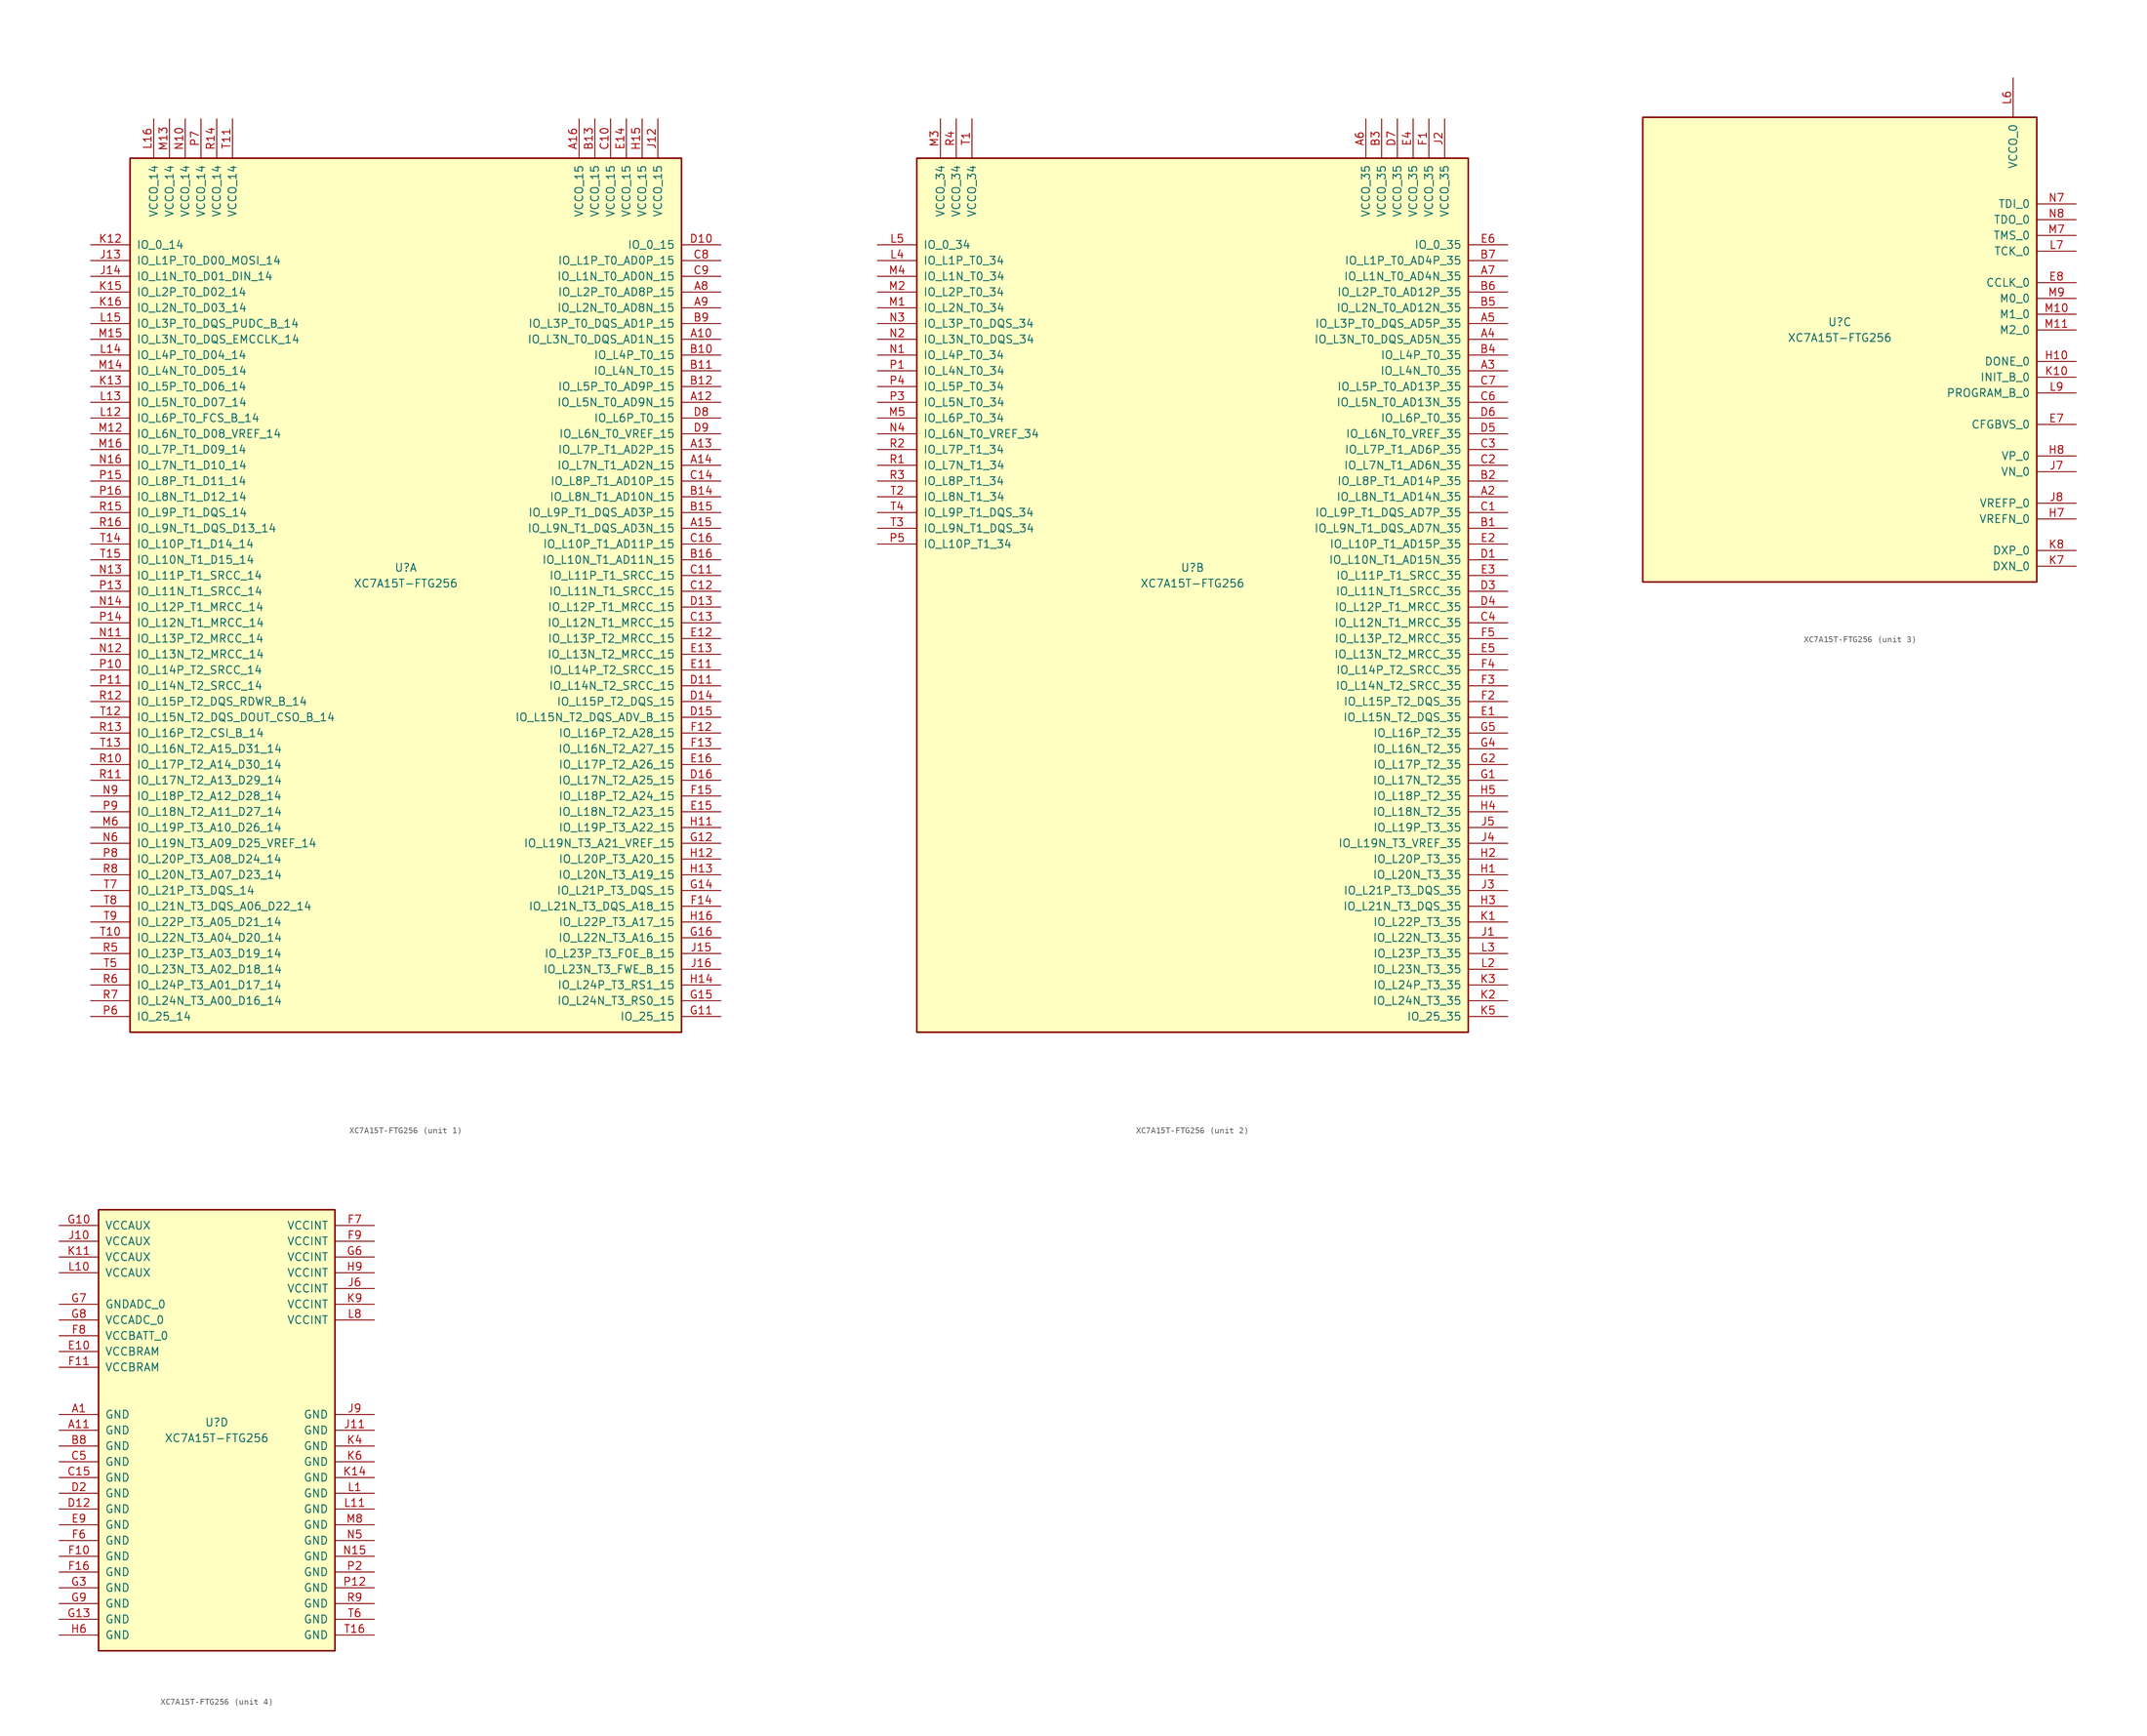
<source format=kicad_sym>
(kicad_symbol_lib
  (version 20231120)
  (generator "kicad_symbol_editor")
  (generator_version "8.0")
  (symbol "XC7A15T-FTG256"
    (pin_names
      (offset 1.016))
    (property "Reference" "U"
      (at 0 1.27 0)
      (effects (font (size 1.27 1.27))))
    (property "Value" "XC7A15T-FTG256"
      (at 0 -1.27 0)
      (effects (font (size 1.27 1.27))))
    (property "Datasheet" ""
      (at 0 0 0)
      (effects (font (size 1.27 1.27))))
    (property "ki_locked" ""
      (at 0 0 0)
      (effects (font (size 1.27 1.27))))
    (symbol "XC7A15T-FTG256_1_1"
      (rectangle (start -44.45 67.31) (end 44.45 -73.66) (stroke (width 0.254) (type solid)) (fill (type background)))
      (pin bidirectional line (at 50.8 38.1 180) (length 6.35) (name "IO_L3N_T0_DQS_AD1N_15" (effects (font (size 1.27 1.27)))) (number "A10" (effects (font (size 1.27 1.27)))))
      (pin bidirectional line (at 50.8 27.94 180) (length 6.35) (name "IO_L5N_T0_AD9N_15" (effects (font (size 1.27 1.27)))) (number "A12" (effects (font (size 1.27 1.27)))))
      (pin bidirectional line (at 50.8 20.32 180) (length 6.35) (name "IO_L7P_T1_AD2P_15" (effects (font (size 1.27 1.27)))) (number "A13" (effects (font (size 1.27 1.27)))))
      (pin bidirectional line (at 50.8 17.78 180) (length 6.35) (name "IO_L7N_T1_AD2N_15" (effects (font (size 1.27 1.27)))) (number "A14" (effects (font (size 1.27 1.27)))))
      (pin bidirectional line (at 50.8 7.62 180) (length 6.35) (name "IO_L9N_T1_DQS_AD3N_15" (effects (font (size 1.27 1.27)))) (number "A15" (effects (font (size 1.27 1.27)))))
      (pin power_in line (at 27.94 73.66 270) (length 6.35) (name "VCCO_15" (effects (font (size 1.27 1.27)))) (number "A16" (effects (font (size 1.27 1.27)))))
      (pin bidirectional line (at 50.8 45.72 180) (length 6.35) (name "IO_L2P_T0_AD8P_15" (effects (font (size 1.27 1.27)))) (number "A8" (effects (font (size 1.27 1.27)))))
      (pin bidirectional line (at 50.8 43.18 180) (length 6.35) (name "IO_L2N_T0_AD8N_15" (effects (font (size 1.27 1.27)))) (number "A9" (effects (font (size 1.27 1.27)))))
      (pin bidirectional line (at 50.8 35.56 180) (length 6.35) (name "IO_L4P_T0_15" (effects (font (size 1.27 1.27)))) (number "B10" (effects (font (size 1.27 1.27)))))
      (pin bidirectional line (at 50.8 33.02 180) (length 6.35) (name "IO_L4N_T0_15" (effects (font (size 1.27 1.27)))) (number "B11" (effects (font (size 1.27 1.27)))))
      (pin bidirectional line (at 50.8 30.48 180) (length 6.35) (name "IO_L5P_T0_AD9P_15" (effects (font (size 1.27 1.27)))) (number "B12" (effects (font (size 1.27 1.27)))))
      (pin power_in line (at 30.48 73.66 270) (length 6.35) (name "VCCO_15" (effects (font (size 1.27 1.27)))) (number "B13" (effects (font (size 1.27 1.27)))))
      (pin bidirectional line (at 50.8 12.7 180) (length 6.35) (name "IO_L8N_T1_AD10N_15" (effects (font (size 1.27 1.27)))) (number "B14" (effects (font (size 1.27 1.27)))))
      (pin bidirectional line (at 50.8 10.16 180) (length 6.35) (name "IO_L9P_T1_DQS_AD3P_15" (effects (font (size 1.27 1.27)))) (number "B15" (effects (font (size 1.27 1.27)))))
      (pin bidirectional line (at 50.8 2.54 180) (length 6.35) (name "IO_L10N_T1_AD11N_15" (effects (font (size 1.27 1.27)))) (number "B16" (effects (font (size 1.27 1.27)))))
      (pin bidirectional line (at 50.8 40.64 180) (length 6.35) (name "IO_L3P_T0_DQS_AD1P_15" (effects (font (size 1.27 1.27)))) (number "B9" (effects (font (size 1.27 1.27)))))
      (pin power_in line (at 33.02 73.66 270) (length 6.35) (name "VCCO_15" (effects (font (size 1.27 1.27)))) (number "C10" (effects (font (size 1.27 1.27)))))
      (pin bidirectional line (at 50.8 0 180) (length 6.35) (name "IO_L11P_T1_SRCC_15" (effects (font (size 1.27 1.27)))) (number "C11" (effects (font (size 1.27 1.27)))))
      (pin bidirectional line (at 50.8 -2.54 180) (length 6.35) (name "IO_L11N_T1_SRCC_15" (effects (font (size 1.27 1.27)))) (number "C12" (effects (font (size 1.27 1.27)))))
      (pin bidirectional line (at 50.8 -7.62 180) (length 6.35) (name "IO_L12N_T1_MRCC_15" (effects (font (size 1.27 1.27)))) (number "C13" (effects (font (size 1.27 1.27)))))
      (pin bidirectional line (at 50.8 15.24 180) (length 6.35) (name "IO_L8P_T1_AD10P_15" (effects (font (size 1.27 1.27)))) (number "C14" (effects (font (size 1.27 1.27)))))
      (pin bidirectional line (at 50.8 5.08 180) (length 6.35) (name "IO_L10P_T1_AD11P_15" (effects (font (size 1.27 1.27)))) (number "C16" (effects (font (size 1.27 1.27)))))
      (pin bidirectional line (at 50.8 50.8 180) (length 6.35) (name "IO_L1P_T0_AD0P_15" (effects (font (size 1.27 1.27)))) (number "C8" (effects (font (size 1.27 1.27)))))
      (pin bidirectional line (at 50.8 48.26 180) (length 6.35) (name "IO_L1N_T0_AD0N_15" (effects (font (size 1.27 1.27)))) (number "C9" (effects (font (size 1.27 1.27)))))
      (pin bidirectional line (at 50.8 53.34 180) (length 6.35) (name "IO_0_15" (effects (font (size 1.27 1.27)))) (number "D10" (effects (font (size 1.27 1.27)))))
      (pin bidirectional line (at 50.8 -17.78 180) (length 6.35) (name "IO_L14N_T2_SRCC_15" (effects (font (size 1.27 1.27)))) (number "D11" (effects (font (size 1.27 1.27)))))
      (pin bidirectional line (at 50.8 -5.08 180) (length 6.35) (name "IO_L12P_T1_MRCC_15" (effects (font (size 1.27 1.27)))) (number "D13" (effects (font (size 1.27 1.27)))))
      (pin bidirectional line (at 50.8 -20.32 180) (length 6.35) (name "IO_L15P_T2_DQS_15" (effects (font (size 1.27 1.27)))) (number "D14" (effects (font (size 1.27 1.27)))))
      (pin bidirectional line (at 50.8 -22.86 180) (length 6.35) (name "IO_L15N_T2_DQS_ADV_B_15" (effects (font (size 1.27 1.27)))) (number "D15" (effects (font (size 1.27 1.27)))))
      (pin bidirectional line (at 50.8 -33.02 180) (length 6.35) (name "IO_L17N_T2_A25_15" (effects (font (size 1.27 1.27)))) (number "D16" (effects (font (size 1.27 1.27)))))
      (pin bidirectional line (at 50.8 25.4 180) (length 6.35) (name "IO_L6P_T0_15" (effects (font (size 1.27 1.27)))) (number "D8" (effects (font (size 1.27 1.27)))))
      (pin bidirectional line (at 50.8 22.86 180) (length 6.35) (name "IO_L6N_T0_VREF_15" (effects (font (size 1.27 1.27)))) (number "D9" (effects (font (size 1.27 1.27)))))
      (pin bidirectional line (at 50.8 -15.24 180) (length 6.35) (name "IO_L14P_T2_SRCC_15" (effects (font (size 1.27 1.27)))) (number "E11" (effects (font (size 1.27 1.27)))))
      (pin bidirectional line (at 50.8 -10.16 180) (length 6.35) (name "IO_L13P_T2_MRCC_15" (effects (font (size 1.27 1.27)))) (number "E12" (effects (font (size 1.27 1.27)))))
      (pin bidirectional line (at 50.8 -12.7 180) (length 6.35) (name "IO_L13N_T2_MRCC_15" (effects (font (size 1.27 1.27)))) (number "E13" (effects (font (size 1.27 1.27)))))
      (pin power_in line (at 35.56 73.66 270) (length 6.35) (name "VCCO_15" (effects (font (size 1.27 1.27)))) (number "E14" (effects (font (size 1.27 1.27)))))
      (pin bidirectional line (at 50.8 -38.1 180) (length 6.35) (name "IO_L18N_T2_A23_15" (effects (font (size 1.27 1.27)))) (number "E15" (effects (font (size 1.27 1.27)))))
      (pin bidirectional line (at 50.8 -30.48 180) (length 6.35) (name "IO_L17P_T2_A26_15" (effects (font (size 1.27 1.27)))) (number "E16" (effects (font (size 1.27 1.27)))))
      (pin bidirectional line (at 50.8 -25.4 180) (length 6.35) (name "IO_L16P_T2_A28_15" (effects (font (size 1.27 1.27)))) (number "F12" (effects (font (size 1.27 1.27)))))
      (pin bidirectional line (at 50.8 -27.94 180) (length 6.35) (name "IO_L16N_T2_A27_15" (effects (font (size 1.27 1.27)))) (number "F13" (effects (font (size 1.27 1.27)))))
      (pin bidirectional line (at 50.8 -53.34 180) (length 6.35) (name "IO_L21N_T3_DQS_A18_15" (effects (font (size 1.27 1.27)))) (number "F14" (effects (font (size 1.27 1.27)))))
      (pin bidirectional line (at 50.8 -35.56 180) (length 6.35) (name "IO_L18P_T2_A24_15" (effects (font (size 1.27 1.27)))) (number "F15" (effects (font (size 1.27 1.27)))))
      (pin bidirectional line (at 50.8 -71.12 180) (length 6.35) (name "IO_25_15" (effects (font (size 1.27 1.27)))) (number "G11" (effects (font (size 1.27 1.27)))))
      (pin bidirectional line (at 50.8 -43.18 180) (length 6.35) (name "IO_L19N_T3_A21_VREF_15" (effects (font (size 1.27 1.27)))) (number "G12" (effects (font (size 1.27 1.27)))))
      (pin bidirectional line (at 50.8 -50.8 180) (length 6.35) (name "IO_L21P_T3_DQS_15" (effects (font (size 1.27 1.27)))) (number "G14" (effects (font (size 1.27 1.27)))))
      (pin bidirectional line (at 50.8 -68.58 180) (length 6.35) (name "IO_L24N_T3_RS0_15" (effects (font (size 1.27 1.27)))) (number "G15" (effects (font (size 1.27 1.27)))))
      (pin bidirectional line (at 50.8 -58.42 180) (length 6.35) (name "IO_L22N_T3_A16_15" (effects (font (size 1.27 1.27)))) (number "G16" (effects (font (size 1.27 1.27)))))
      (pin bidirectional line (at 50.8 -40.64 180) (length 6.35) (name "IO_L19P_T3_A22_15" (effects (font (size 1.27 1.27)))) (number "H11" (effects (font (size 1.27 1.27)))))
      (pin bidirectional line (at 50.8 -45.72 180) (length 6.35) (name "IO_L20P_T3_A20_15" (effects (font (size 1.27 1.27)))) (number "H12" (effects (font (size 1.27 1.27)))))
      (pin bidirectional line (at 50.8 -48.26 180) (length 6.35) (name "IO_L20N_T3_A19_15" (effects (font (size 1.27 1.27)))) (number "H13" (effects (font (size 1.27 1.27)))))
      (pin bidirectional line (at 50.8 -66.04 180) (length 6.35) (name "IO_L24P_T3_RS1_15" (effects (font (size 1.27 1.27)))) (number "H14" (effects (font (size 1.27 1.27)))))
      (pin power_in line (at 38.1 73.66 270) (length 6.35) (name "VCCO_15" (effects (font (size 1.27 1.27)))) (number "H15" (effects (font (size 1.27 1.27)))))
      (pin bidirectional line (at 50.8 -55.88 180) (length 6.35) (name "IO_L22P_T3_A17_15" (effects (font (size 1.27 1.27)))) (number "H16" (effects (font (size 1.27 1.27)))))
      (pin power_in line (at 40.64 73.66 270) (length 6.35) (name "VCCO_15" (effects (font (size 1.27 1.27)))) (number "J12" (effects (font (size 1.27 1.27)))))
      (pin bidirectional line (at -50.8 50.8 0) (length 6.35) (name "IO_L1P_T0_D00_MOSI_14" (effects (font (size 1.27 1.27)))) (number "J13" (effects (font (size 1.27 1.27)))))
      (pin bidirectional line (at -50.8 48.26 0) (length 6.35) (name "IO_L1N_T0_D01_DIN_14" (effects (font (size 1.27 1.27)))) (number "J14" (effects (font (size 1.27 1.27)))))
      (pin bidirectional line (at 50.8 -60.96 180) (length 6.35) (name "IO_L23P_T3_FOE_B_15" (effects (font (size 1.27 1.27)))) (number "J15" (effects (font (size 1.27 1.27)))))
      (pin bidirectional line (at 50.8 -63.5 180) (length 6.35) (name "IO_L23N_T3_FWE_B_15" (effects (font (size 1.27 1.27)))) (number "J16" (effects (font (size 1.27 1.27)))))
      (pin bidirectional line (at -50.8 53.34 0) (length 6.35) (name "IO_0_14" (effects (font (size 1.27 1.27)))) (number "K12" (effects (font (size 1.27 1.27)))))
      (pin bidirectional line (at -50.8 30.48 0) (length 6.35) (name "IO_L5P_T0_D06_14" (effects (font (size 1.27 1.27)))) (number "K13" (effects (font (size 1.27 1.27)))))
      (pin bidirectional line (at -50.8 45.72 0) (length 6.35) (name "IO_L2P_T0_D02_14" (effects (font (size 1.27 1.27)))) (number "K15" (effects (font (size 1.27 1.27)))))
      (pin bidirectional line (at -50.8 43.18 0) (length 6.35) (name "IO_L2N_T0_D03_14" (effects (font (size 1.27 1.27)))) (number "K16" (effects (font (size 1.27 1.27)))))
      (pin bidirectional line (at -50.8 25.4 0) (length 6.35) (name "IO_L6P_T0_FCS_B_14" (effects (font (size 1.27 1.27)))) (number "L12" (effects (font (size 1.27 1.27)))))
      (pin bidirectional line (at -50.8 27.94 0) (length 6.35) (name "IO_L5N_T0_D07_14" (effects (font (size 1.27 1.27)))) (number "L13" (effects (font (size 1.27 1.27)))))
      (pin bidirectional line (at -50.8 35.56 0) (length 6.35) (name "IO_L4P_T0_D04_14" (effects (font (size 1.27 1.27)))) (number "L14" (effects (font (size 1.27 1.27)))))
      (pin bidirectional line (at -50.8 40.64 0) (length 6.35) (name "IO_L3P_T0_DQS_PUDC_B_14" (effects (font (size 1.27 1.27)))) (number "L15" (effects (font (size 1.27 1.27)))))
      (pin power_in line (at -40.64 73.66 270) (length 6.35) (name "VCCO_14" (effects (font (size 1.27 1.27)))) (number "L16" (effects (font (size 1.27 1.27)))))
      (pin bidirectional line (at -50.8 22.86 0) (length 6.35) (name "IO_L6N_T0_D08_VREF_14" (effects (font (size 1.27 1.27)))) (number "M12" (effects (font (size 1.27 1.27)))))
      (pin power_in line (at -38.1 73.66 270) (length 6.35) (name "VCCO_14" (effects (font (size 1.27 1.27)))) (number "M13" (effects (font (size 1.27 1.27)))))
      (pin bidirectional line (at -50.8 33.02 0) (length 6.35) (name "IO_L4N_T0_D05_14" (effects (font (size 1.27 1.27)))) (number "M14" (effects (font (size 1.27 1.27)))))
      (pin bidirectional line (at -50.8 38.1 0) (length 6.35) (name "IO_L3N_T0_DQS_EMCCLK_14" (effects (font (size 1.27 1.27)))) (number "M15" (effects (font (size 1.27 1.27)))))
      (pin bidirectional line (at -50.8 20.32 0) (length 6.35) (name "IO_L7P_T1_D09_14" (effects (font (size 1.27 1.27)))) (number "M16" (effects (font (size 1.27 1.27)))))
      (pin bidirectional line (at -50.8 -40.64 0) (length 6.35) (name "IO_L19P_T3_A10_D26_14" (effects (font (size 1.27 1.27)))) (number "M6" (effects (font (size 1.27 1.27)))))
      (pin power_in line (at -35.56 73.66 270) (length 6.35) (name "VCCO_14" (effects (font (size 1.27 1.27)))) (number "N10" (effects (font (size 1.27 1.27)))))
      (pin bidirectional line (at -50.8 -10.16 0) (length 6.35) (name "IO_L13P_T2_MRCC_14" (effects (font (size 1.27 1.27)))) (number "N11" (effects (font (size 1.27 1.27)))))
      (pin bidirectional line (at -50.8 -12.7 0) (length 6.35) (name "IO_L13N_T2_MRCC_14" (effects (font (size 1.27 1.27)))) (number "N12" (effects (font (size 1.27 1.27)))))
      (pin bidirectional line (at -50.8 0 0) (length 6.35) (name "IO_L11P_T1_SRCC_14" (effects (font (size 1.27 1.27)))) (number "N13" (effects (font (size 1.27 1.27)))))
      (pin bidirectional line (at -50.8 -5.08 0) (length 6.35) (name "IO_L12P_T1_MRCC_14" (effects (font (size 1.27 1.27)))) (number "N14" (effects (font (size 1.27 1.27)))))
      (pin bidirectional line (at -50.8 17.78 0) (length 6.35) (name "IO_L7N_T1_D10_14" (effects (font (size 1.27 1.27)))) (number "N16" (effects (font (size 1.27 1.27)))))
      (pin bidirectional line (at -50.8 -43.18 0) (length 6.35) (name "IO_L19N_T3_A09_D25_VREF_14" (effects (font (size 1.27 1.27)))) (number "N6" (effects (font (size 1.27 1.27)))))
      (pin bidirectional line (at -50.8 -35.56 0) (length 6.35) (name "IO_L18P_T2_A12_D28_14" (effects (font (size 1.27 1.27)))) (number "N9" (effects (font (size 1.27 1.27)))))
      (pin bidirectional line (at -50.8 -15.24 0) (length 6.35) (name "IO_L14P_T2_SRCC_14" (effects (font (size 1.27 1.27)))) (number "P10" (effects (font (size 1.27 1.27)))))
      (pin bidirectional line (at -50.8 -17.78 0) (length 6.35) (name "IO_L14N_T2_SRCC_14" (effects (font (size 1.27 1.27)))) (number "P11" (effects (font (size 1.27 1.27)))))
      (pin bidirectional line (at -50.8 -2.54 0) (length 6.35) (name "IO_L11N_T1_SRCC_14" (effects (font (size 1.27 1.27)))) (number "P13" (effects (font (size 1.27 1.27)))))
      (pin bidirectional line (at -50.8 -7.62 0) (length 6.35) (name "IO_L12N_T1_MRCC_14" (effects (font (size 1.27 1.27)))) (number "P14" (effects (font (size 1.27 1.27)))))
      (pin bidirectional line (at -50.8 15.24 0) (length 6.35) (name "IO_L8P_T1_D11_14" (effects (font (size 1.27 1.27)))) (number "P15" (effects (font (size 1.27 1.27)))))
      (pin bidirectional line (at -50.8 12.7 0) (length 6.35) (name "IO_L8N_T1_D12_14" (effects (font (size 1.27 1.27)))) (number "P16" (effects (font (size 1.27 1.27)))))
      (pin bidirectional line (at -50.8 -71.12 0) (length 6.35) (name "IO_25_14" (effects (font (size 1.27 1.27)))) (number "P6" (effects (font (size 1.27 1.27)))))
      (pin power_in line (at -33.02 73.66 270) (length 6.35) (name "VCCO_14" (effects (font (size 1.27 1.27)))) (number "P7" (effects (font (size 1.27 1.27)))))
      (pin bidirectional line (at -50.8 -45.72 0) (length 6.35) (name "IO_L20P_T3_A08_D24_14" (effects (font (size 1.27 1.27)))) (number "P8" (effects (font (size 1.27 1.27)))))
      (pin bidirectional line (at -50.8 -38.1 0) (length 6.35) (name "IO_L18N_T2_A11_D27_14" (effects (font (size 1.27 1.27)))) (number "P9" (effects (font (size 1.27 1.27)))))
      (pin bidirectional line (at -50.8 -30.48 0) (length 6.35) (name "IO_L17P_T2_A14_D30_14" (effects (font (size 1.27 1.27)))) (number "R10" (effects (font (size 1.27 1.27)))))
      (pin bidirectional line (at -50.8 -33.02 0) (length 6.35) (name "IO_L17N_T2_A13_D29_14" (effects (font (size 1.27 1.27)))) (number "R11" (effects (font (size 1.27 1.27)))))
      (pin bidirectional line (at -50.8 -20.32 0) (length 6.35) (name "IO_L15P_T2_DQS_RDWR_B_14" (effects (font (size 1.27 1.27)))) (number "R12" (effects (font (size 1.27 1.27)))))
      (pin bidirectional line (at -50.8 -25.4 0) (length 6.35) (name "IO_L16P_T2_CSI_B_14" (effects (font (size 1.27 1.27)))) (number "R13" (effects (font (size 1.27 1.27)))))
      (pin power_in line (at -30.48 73.66 270) (length 6.35) (name "VCCO_14" (effects (font (size 1.27 1.27)))) (number "R14" (effects (font (size 1.27 1.27)))))
      (pin bidirectional line (at -50.8 10.16 0) (length 6.35) (name "IO_L9P_T1_DQS_14" (effects (font (size 1.27 1.27)))) (number "R15" (effects (font (size 1.27 1.27)))))
      (pin bidirectional line (at -50.8 7.62 0) (length 6.35) (name "IO_L9N_T1_DQS_D13_14" (effects (font (size 1.27 1.27)))) (number "R16" (effects (font (size 1.27 1.27)))))
      (pin bidirectional line (at -50.8 -60.96 0) (length 6.35) (name "IO_L23P_T3_A03_D19_14" (effects (font (size 1.27 1.27)))) (number "R5" (effects (font (size 1.27 1.27)))))
      (pin bidirectional line (at -50.8 -66.04 0) (length 6.35) (name "IO_L24P_T3_A01_D17_14" (effects (font (size 1.27 1.27)))) (number "R6" (effects (font (size 1.27 1.27)))))
      (pin bidirectional line (at -50.8 -68.58 0) (length 6.35) (name "IO_L24N_T3_A00_D16_14" (effects (font (size 1.27 1.27)))) (number "R7" (effects (font (size 1.27 1.27)))))
      (pin bidirectional line (at -50.8 -48.26 0) (length 6.35) (name "IO_L20N_T3_A07_D23_14" (effects (font (size 1.27 1.27)))) (number "R8" (effects (font (size 1.27 1.27)))))
      (pin bidirectional line (at -50.8 -58.42 0) (length 6.35) (name "IO_L22N_T3_A04_D20_14" (effects (font (size 1.27 1.27)))) (number "T10" (effects (font (size 1.27 1.27)))))
      (pin power_in line (at -27.94 73.66 270) (length 6.35) (name "VCCO_14" (effects (font (size 1.27 1.27)))) (number "T11" (effects (font (size 1.27 1.27)))))
      (pin bidirectional line (at -50.8 -22.86 0) (length 6.35) (name "IO_L15N_T2_DQS_DOUT_CSO_B_14" (effects (font (size 1.27 1.27)))) (number "T12" (effects (font (size 1.27 1.27)))))
      (pin bidirectional line (at -50.8 -27.94 0) (length 6.35) (name "IO_L16N_T2_A15_D31_14" (effects (font (size 1.27 1.27)))) (number "T13" (effects (font (size 1.27 1.27)))))
      (pin bidirectional line (at -50.8 5.08 0) (length 6.35) (name "IO_L10P_T1_D14_14" (effects (font (size 1.27 1.27)))) (number "T14" (effects (font (size 1.27 1.27)))))
      (pin bidirectional line (at -50.8 2.54 0) (length 6.35) (name "IO_L10N_T1_D15_14" (effects (font (size 1.27 1.27)))) (number "T15" (effects (font (size 1.27 1.27)))))
      (pin bidirectional line (at -50.8 -63.5 0) (length 6.35) (name "IO_L23N_T3_A02_D18_14" (effects (font (size 1.27 1.27)))) (number "T5" (effects (font (size 1.27 1.27)))))
      (pin bidirectional line (at -50.8 -50.8 0) (length 6.35) (name "IO_L21P_T3_DQS_14" (effects (font (size 1.27 1.27)))) (number "T7" (effects (font (size 1.27 1.27)))))
      (pin bidirectional line (at -50.8 -53.34 0) (length 6.35) (name "IO_L21N_T3_DQS_A06_D22_14" (effects (font (size 1.27 1.27)))) (number "T8" (effects (font (size 1.27 1.27)))))
      (pin bidirectional line (at -50.8 -55.88 0) (length 6.35) (name "IO_L22P_T3_A05_D21_14" (effects (font (size 1.27 1.27)))) (number "T9" (effects (font (size 1.27 1.27))))))
    (symbol "XC7A15T-FTG256_2_1"
      (rectangle (start -44.45 67.31) (end 44.45 -73.66) (stroke (width 0.254) (type solid)) (fill (type background)))
      (pin bidirectional line (at 50.8 12.7 180) (length 6.35) (name "IO_L8N_T1_AD14N_35" (effects (font (size 1.27 1.27)))) (number "A2" (effects (font (size 1.27 1.27)))))
      (pin bidirectional line (at 50.8 33.02 180) (length 6.35) (name "IO_L4N_T0_35" (effects (font (size 1.27 1.27)))) (number "A3" (effects (font (size 1.27 1.27)))))
      (pin bidirectional line (at 50.8 38.1 180) (length 6.35) (name "IO_L3N_T0_DQS_AD5N_35" (effects (font (size 1.27 1.27)))) (number "A4" (effects (font (size 1.27 1.27)))))
      (pin bidirectional line (at 50.8 40.64 180) (length 6.35) (name "IO_L3P_T0_DQS_AD5P_35" (effects (font (size 1.27 1.27)))) (number "A5" (effects (font (size 1.27 1.27)))))
      (pin power_in line (at 27.94 73.66 270) (length 6.35) (name "VCCO_35" (effects (font (size 1.27 1.27)))) (number "A6" (effects (font (size 1.27 1.27)))))
      (pin bidirectional line (at 50.8 48.26 180) (length 6.35) (name "IO_L1N_T0_AD4N_35" (effects (font (size 1.27 1.27)))) (number "A7" (effects (font (size 1.27 1.27)))))
      (pin bidirectional line (at 50.8 7.62 180) (length 6.35) (name "IO_L9N_T1_DQS_AD7N_35" (effects (font (size 1.27 1.27)))) (number "B1" (effects (font (size 1.27 1.27)))))
      (pin bidirectional line (at 50.8 15.24 180) (length 6.35) (name "IO_L8P_T1_AD14P_35" (effects (font (size 1.27 1.27)))) (number "B2" (effects (font (size 1.27 1.27)))))
      (pin power_in line (at 30.48 73.66 270) (length 6.35) (name "VCCO_35" (effects (font (size 1.27 1.27)))) (number "B3" (effects (font (size 1.27 1.27)))))
      (pin bidirectional line (at 50.8 35.56 180) (length 6.35) (name "IO_L4P_T0_35" (effects (font (size 1.27 1.27)))) (number "B4" (effects (font (size 1.27 1.27)))))
      (pin bidirectional line (at 50.8 43.18 180) (length 6.35) (name "IO_L2N_T0_AD12N_35" (effects (font (size 1.27 1.27)))) (number "B5" (effects (font (size 1.27 1.27)))))
      (pin bidirectional line (at 50.8 45.72 180) (length 6.35) (name "IO_L2P_T0_AD12P_35" (effects (font (size 1.27 1.27)))) (number "B6" (effects (font (size 1.27 1.27)))))
      (pin bidirectional line (at 50.8 50.8 180) (length 6.35) (name "IO_L1P_T0_AD4P_35" (effects (font (size 1.27 1.27)))) (number "B7" (effects (font (size 1.27 1.27)))))
      (pin bidirectional line (at 50.8 10.16 180) (length 6.35) (name "IO_L9P_T1_DQS_AD7P_35" (effects (font (size 1.27 1.27)))) (number "C1" (effects (font (size 1.27 1.27)))))
      (pin bidirectional line (at 50.8 17.78 180) (length 6.35) (name "IO_L7N_T1_AD6N_35" (effects (font (size 1.27 1.27)))) (number "C2" (effects (font (size 1.27 1.27)))))
      (pin bidirectional line (at 50.8 20.32 180) (length 6.35) (name "IO_L7P_T1_AD6P_35" (effects (font (size 1.27 1.27)))) (number "C3" (effects (font (size 1.27 1.27)))))
      (pin bidirectional line (at 50.8 -7.62 180) (length 6.35) (name "IO_L12N_T1_MRCC_35" (effects (font (size 1.27 1.27)))) (number "C4" (effects (font (size 1.27 1.27)))))
      (pin bidirectional line (at 50.8 27.94 180) (length 6.35) (name "IO_L5N_T0_AD13N_35" (effects (font (size 1.27 1.27)))) (number "C6" (effects (font (size 1.27 1.27)))))
      (pin bidirectional line (at 50.8 30.48 180) (length 6.35) (name "IO_L5P_T0_AD13P_35" (effects (font (size 1.27 1.27)))) (number "C7" (effects (font (size 1.27 1.27)))))
      (pin bidirectional line (at 50.8 2.54 180) (length 6.35) (name "IO_L10N_T1_AD15N_35" (effects (font (size 1.27 1.27)))) (number "D1" (effects (font (size 1.27 1.27)))))
      (pin bidirectional line (at 50.8 -2.54 180) (length 6.35) (name "IO_L11N_T1_SRCC_35" (effects (font (size 1.27 1.27)))) (number "D3" (effects (font (size 1.27 1.27)))))
      (pin bidirectional line (at 50.8 -5.08 180) (length 6.35) (name "IO_L12P_T1_MRCC_35" (effects (font (size 1.27 1.27)))) (number "D4" (effects (font (size 1.27 1.27)))))
      (pin bidirectional line (at 50.8 22.86 180) (length 6.35) (name "IO_L6N_T0_VREF_35" (effects (font (size 1.27 1.27)))) (number "D5" (effects (font (size 1.27 1.27)))))
      (pin bidirectional line (at 50.8 25.4 180) (length 6.35) (name "IO_L6P_T0_35" (effects (font (size 1.27 1.27)))) (number "D6" (effects (font (size 1.27 1.27)))))
      (pin power_in line (at 33.02 73.66 270) (length 6.35) (name "VCCO_35" (effects (font (size 1.27 1.27)))) (number "D7" (effects (font (size 1.27 1.27)))))
      (pin bidirectional line (at 50.8 -22.86 180) (length 6.35) (name "IO_L15N_T2_DQS_35" (effects (font (size 1.27 1.27)))) (number "E1" (effects (font (size 1.27 1.27)))))
      (pin bidirectional line (at 50.8 5.08 180) (length 6.35) (name "IO_L10P_T1_AD15P_35" (effects (font (size 1.27 1.27)))) (number "E2" (effects (font (size 1.27 1.27)))))
      (pin bidirectional line (at 50.8 0 180) (length 6.35) (name "IO_L11P_T1_SRCC_35" (effects (font (size 1.27 1.27)))) (number "E3" (effects (font (size 1.27 1.27)))))
      (pin power_in line (at 35.56 73.66 270) (length 6.35) (name "VCCO_35" (effects (font (size 1.27 1.27)))) (number "E4" (effects (font (size 1.27 1.27)))))
      (pin bidirectional line (at 50.8 -12.7 180) (length 6.35) (name "IO_L13N_T2_MRCC_35" (effects (font (size 1.27 1.27)))) (number "E5" (effects (font (size 1.27 1.27)))))
      (pin bidirectional line (at 50.8 53.34 180) (length 6.35) (name "IO_0_35" (effects (font (size 1.27 1.27)))) (number "E6" (effects (font (size 1.27 1.27)))))
      (pin power_in line (at 38.1 73.66 270) (length 6.35) (name "VCCO_35" (effects (font (size 1.27 1.27)))) (number "F1" (effects (font (size 1.27 1.27)))))
      (pin bidirectional line (at 50.8 -20.32 180) (length 6.35) (name "IO_L15P_T2_DQS_35" (effects (font (size 1.27 1.27)))) (number "F2" (effects (font (size 1.27 1.27)))))
      (pin bidirectional line (at 50.8 -17.78 180) (length 6.35) (name "IO_L14N_T2_SRCC_35" (effects (font (size 1.27 1.27)))) (number "F3" (effects (font (size 1.27 1.27)))))
      (pin bidirectional line (at 50.8 -15.24 180) (length 6.35) (name "IO_L14P_T2_SRCC_35" (effects (font (size 1.27 1.27)))) (number "F4" (effects (font (size 1.27 1.27)))))
      (pin bidirectional line (at 50.8 -10.16 180) (length 6.35) (name "IO_L13P_T2_MRCC_35" (effects (font (size 1.27 1.27)))) (number "F5" (effects (font (size 1.27 1.27)))))
      (pin bidirectional line (at 50.8 -33.02 180) (length 6.35) (name "IO_L17N_T2_35" (effects (font (size 1.27 1.27)))) (number "G1" (effects (font (size 1.27 1.27)))))
      (pin bidirectional line (at 50.8 -30.48 180) (length 6.35) (name "IO_L17P_T2_35" (effects (font (size 1.27 1.27)))) (number "G2" (effects (font (size 1.27 1.27)))))
      (pin bidirectional line (at 50.8 -27.94 180) (length 6.35) (name "IO_L16N_T2_35" (effects (font (size 1.27 1.27)))) (number "G4" (effects (font (size 1.27 1.27)))))
      (pin bidirectional line (at 50.8 -25.4 180) (length 6.35) (name "IO_L16P_T2_35" (effects (font (size 1.27 1.27)))) (number "G5" (effects (font (size 1.27 1.27)))))
      (pin bidirectional line (at 50.8 -48.26 180) (length 6.35) (name "IO_L20N_T3_35" (effects (font (size 1.27 1.27)))) (number "H1" (effects (font (size 1.27 1.27)))))
      (pin bidirectional line (at 50.8 -45.72 180) (length 6.35) (name "IO_L20P_T3_35" (effects (font (size 1.27 1.27)))) (number "H2" (effects (font (size 1.27 1.27)))))
      (pin bidirectional line (at 50.8 -53.34 180) (length 6.35) (name "IO_L21N_T3_DQS_35" (effects (font (size 1.27 1.27)))) (number "H3" (effects (font (size 1.27 1.27)))))
      (pin bidirectional line (at 50.8 -38.1 180) (length 6.35) (name "IO_L18N_T2_35" (effects (font (size 1.27 1.27)))) (number "H4" (effects (font (size 1.27 1.27)))))
      (pin bidirectional line (at 50.8 -35.56 180) (length 6.35) (name "IO_L18P_T2_35" (effects (font (size 1.27 1.27)))) (number "H5" (effects (font (size 1.27 1.27)))))
      (pin bidirectional line (at 50.8 -58.42 180) (length 6.35) (name "IO_L22N_T3_35" (effects (font (size 1.27 1.27)))) (number "J1" (effects (font (size 1.27 1.27)))))
      (pin power_in line (at 40.64 73.66 270) (length 6.35) (name "VCCO_35" (effects (font (size 1.27 1.27)))) (number "J2" (effects (font (size 1.27 1.27)))))
      (pin bidirectional line (at 50.8 -50.8 180) (length 6.35) (name "IO_L21P_T3_DQS_35" (effects (font (size 1.27 1.27)))) (number "J3" (effects (font (size 1.27 1.27)))))
      (pin bidirectional line (at 50.8 -43.18 180) (length 6.35) (name "IO_L19N_T3_VREF_35" (effects (font (size 1.27 1.27)))) (number "J4" (effects (font (size 1.27 1.27)))))
      (pin bidirectional line (at 50.8 -40.64 180) (length 6.35) (name "IO_L19P_T3_35" (effects (font (size 1.27 1.27)))) (number "J5" (effects (font (size 1.27 1.27)))))
      (pin bidirectional line (at 50.8 -55.88 180) (length 6.35) (name "IO_L22P_T3_35" (effects (font (size 1.27 1.27)))) (number "K1" (effects (font (size 1.27 1.27)))))
      (pin bidirectional line (at 50.8 -68.58 180) (length 6.35) (name "IO_L24N_T3_35" (effects (font (size 1.27 1.27)))) (number "K2" (effects (font (size 1.27 1.27)))))
      (pin bidirectional line (at 50.8 -66.04 180) (length 6.35) (name "IO_L24P_T3_35" (effects (font (size 1.27 1.27)))) (number "K3" (effects (font (size 1.27 1.27)))))
      (pin bidirectional line (at 50.8 -71.12 180) (length 6.35) (name "IO_25_35" (effects (font (size 1.27 1.27)))) (number "K5" (effects (font (size 1.27 1.27)))))
      (pin bidirectional line (at 50.8 -63.5 180) (length 6.35) (name "IO_L23N_T3_35" (effects (font (size 1.27 1.27)))) (number "L2" (effects (font (size 1.27 1.27)))))
      (pin bidirectional line (at 50.8 -60.96 180) (length 6.35) (name "IO_L23P_T3_35" (effects (font (size 1.27 1.27)))) (number "L3" (effects (font (size 1.27 1.27)))))
      (pin bidirectional line (at -50.8 50.8 0) (length 6.35) (name "IO_L1P_T0_34" (effects (font (size 1.27 1.27)))) (number "L4" (effects (font (size 1.27 1.27)))))
      (pin bidirectional line (at -50.8 53.34 0) (length 6.35) (name "IO_0_34" (effects (font (size 1.27 1.27)))) (number "L5" (effects (font (size 1.27 1.27)))))
      (pin bidirectional line (at -50.8 43.18 0) (length 6.35) (name "IO_L2N_T0_34" (effects (font (size 1.27 1.27)))) (number "M1" (effects (font (size 1.27 1.27)))))
      (pin bidirectional line (at -50.8 45.72 0) (length 6.35) (name "IO_L2P_T0_34" (effects (font (size 1.27 1.27)))) (number "M2" (effects (font (size 1.27 1.27)))))
      (pin power_in line (at -40.64 73.66 270) (length 6.35) (name "VCCO_34" (effects (font (size 1.27 1.27)))) (number "M3" (effects (font (size 1.27 1.27)))))
      (pin bidirectional line (at -50.8 48.26 0) (length 6.35) (name "IO_L1N_T0_34" (effects (font (size 1.27 1.27)))) (number "M4" (effects (font (size 1.27 1.27)))))
      (pin bidirectional line (at -50.8 25.4 0) (length 6.35) (name "IO_L6P_T0_34" (effects (font (size 1.27 1.27)))) (number "M5" (effects (font (size 1.27 1.27)))))
      (pin bidirectional line (at -50.8 35.56 0) (length 6.35) (name "IO_L4P_T0_34" (effects (font (size 1.27 1.27)))) (number "N1" (effects (font (size 1.27 1.27)))))
      (pin bidirectional line (at -50.8 38.1 0) (length 6.35) (name "IO_L3N_T0_DQS_34" (effects (font (size 1.27 1.27)))) (number "N2" (effects (font (size 1.27 1.27)))))
      (pin bidirectional line (at -50.8 40.64 0) (length 6.35) (name "IO_L3P_T0_DQS_34" (effects (font (size 1.27 1.27)))) (number "N3" (effects (font (size 1.27 1.27)))))
      (pin bidirectional line (at -50.8 22.86 0) (length 6.35) (name "IO_L6N_T0_VREF_34" (effects (font (size 1.27 1.27)))) (number "N4" (effects (font (size 1.27 1.27)))))
      (pin bidirectional line (at -50.8 33.02 0) (length 6.35) (name "IO_L4N_T0_34" (effects (font (size 1.27 1.27)))) (number "P1" (effects (font (size 1.27 1.27)))))
      (pin bidirectional line (at -50.8 27.94 0) (length 6.35) (name "IO_L5N_T0_34" (effects (font (size 1.27 1.27)))) (number "P3" (effects (font (size 1.27 1.27)))))
      (pin bidirectional line (at -50.8 30.48 0) (length 6.35) (name "IO_L5P_T0_34" (effects (font (size 1.27 1.27)))) (number "P4" (effects (font (size 1.27 1.27)))))
      (pin bidirectional line (at -50.8 5.08 0) (length 6.35) (name "IO_L10P_T1_34" (effects (font (size 1.27 1.27)))) (number "P5" (effects (font (size 1.27 1.27)))))
      (pin bidirectional line (at -50.8 17.78 0) (length 6.35) (name "IO_L7N_T1_34" (effects (font (size 1.27 1.27)))) (number "R1" (effects (font (size 1.27 1.27)))))
      (pin bidirectional line (at -50.8 20.32 0) (length 6.35) (name "IO_L7P_T1_34" (effects (font (size 1.27 1.27)))) (number "R2" (effects (font (size 1.27 1.27)))))
      (pin bidirectional line (at -50.8 15.24 0) (length 6.35) (name "IO_L8P_T1_34" (effects (font (size 1.27 1.27)))) (number "R3" (effects (font (size 1.27 1.27)))))
      (pin power_in line (at -38.1 73.66 270) (length 6.35) (name "VCCO_34" (effects (font (size 1.27 1.27)))) (number "R4" (effects (font (size 1.27 1.27)))))
      (pin power_in line (at -35.56 73.66 270) (length 6.35) (name "VCCO_34" (effects (font (size 1.27 1.27)))) (number "T1" (effects (font (size 1.27 1.27)))))
      (pin bidirectional line (at -50.8 12.7 0) (length 6.35) (name "IO_L8N_T1_34" (effects (font (size 1.27 1.27)))) (number "T2" (effects (font (size 1.27 1.27)))))
      (pin bidirectional line (at -50.8 7.62 0) (length 6.35) (name "IO_L9N_T1_DQS_34" (effects (font (size 1.27 1.27)))) (number "T3" (effects (font (size 1.27 1.27)))))
      (pin bidirectional line (at -50.8 10.16 0) (length 6.35) (name "IO_L9P_T1_DQS_34" (effects (font (size 1.27 1.27)))) (number "T4" (effects (font (size 1.27 1.27))))))
    (symbol "XC7A15T-FTG256_3_1"
      (rectangle (start -31.75 34.29) (end 31.75 -40.64) (stroke (width 0.254) (type solid)) (fill (type background)))
      (pin bidirectional line (at 38.1 -15.24 180) (length 6.35) (name "CFGBVS_0" (effects (font (size 1.27 1.27)))) (number "E7" (effects (font (size 1.27 1.27)))))
      (pin bidirectional line (at 38.1 7.62 180) (length 6.35) (name "CCLK_0" (effects (font (size 1.27 1.27)))) (number "E8" (effects (font (size 1.27 1.27)))))
      (pin bidirectional line (at 38.1 -5.08 180) (length 6.35) (name "DONE_0" (effects (font (size 1.27 1.27)))) (number "H10" (effects (font (size 1.27 1.27)))))
      (pin bidirectional line (at 38.1 -30.48 180) (length 6.35) (name "VREFN_0" (effects (font (size 1.27 1.27)))) (number "H7" (effects (font (size 1.27 1.27)))))
      (pin bidirectional line (at 38.1 -20.32 180) (length 6.35) (name "VP_0" (effects (font (size 1.27 1.27)))) (number "H8" (effects (font (size 1.27 1.27)))))
      (pin bidirectional line (at 38.1 -22.86 180) (length 6.35) (name "VN_0" (effects (font (size 1.27 1.27)))) (number "J7" (effects (font (size 1.27 1.27)))))
      (pin bidirectional line (at 38.1 -27.94 180) (length 6.35) (name "VREFP_0" (effects (font (size 1.27 1.27)))) (number "J8" (effects (font (size 1.27 1.27)))))
      (pin bidirectional line (at 38.1 -7.62 180) (length 6.35) (name "INIT_B_0" (effects (font (size 1.27 1.27)))) (number "K10" (effects (font (size 1.27 1.27)))))
      (pin bidirectional line (at 38.1 -38.1 180) (length 6.35) (name "DXN_0" (effects (font (size 1.27 1.27)))) (number "K7" (effects (font (size 1.27 1.27)))))
      (pin bidirectional line (at 38.1 -35.56 180) (length 6.35) (name "DXP_0" (effects (font (size 1.27 1.27)))) (number "K8" (effects (font (size 1.27 1.27)))))
      (pin power_in line (at 27.94 40.64 270) (length 6.35) (name "VCCO_0" (effects (font (size 1.27 1.27)))) (number "L6" (effects (font (size 1.27 1.27)))))
      (pin bidirectional line (at 38.1 12.7 180) (length 6.35) (name "TCK_0" (effects (font (size 1.27 1.27)))) (number "L7" (effects (font (size 1.27 1.27)))))
      (pin bidirectional line (at 38.1 -10.16 180) (length 6.35) (name "PROGRAM_B_0" (effects (font (size 1.27 1.27)))) (number "L9" (effects (font (size 1.27 1.27)))))
      (pin bidirectional line (at 38.1 2.54 180) (length 6.35) (name "M1_0" (effects (font (size 1.27 1.27)))) (number "M10" (effects (font (size 1.27 1.27)))))
      (pin bidirectional line (at 38.1 0 180) (length 6.35) (name "M2_0" (effects (font (size 1.27 1.27)))) (number "M11" (effects (font (size 1.27 1.27)))))
      (pin bidirectional line (at 38.1 15.24 180) (length 6.35) (name "TMS_0" (effects (font (size 1.27 1.27)))) (number "M7" (effects (font (size 1.27 1.27)))))
      (pin bidirectional line (at 38.1 5.08 180) (length 6.35) (name "M0_0" (effects (font (size 1.27 1.27)))) (number "M9" (effects (font (size 1.27 1.27)))))
      (pin bidirectional line (at 38.1 20.32 180) (length 6.35) (name "TDI_0" (effects (font (size 1.27 1.27)))) (number "N7" (effects (font (size 1.27 1.27)))))
      (pin bidirectional line (at 38.1 17.78 180) (length 6.35) (name "TDO_0" (effects (font (size 1.27 1.27)))) (number "N8" (effects (font (size 1.27 1.27))))))
    (symbol "XC7A15T-FTG256_4_1"
      (rectangle (start -19.05 35.56) (end 19.05 -35.56) (stroke (width 0.254) (type solid)) (fill (type background)))
      (pin power_in line (at -25.4 2.54 0) (length 6.35) (name "GND" (effects (font (size 1.27 1.27)))) (number "A1" (effects (font (size 1.27 1.27)))))
      (pin power_in line (at -25.4 0 0) (length 6.35) (name "GND" (effects (font (size 1.27 1.27)))) (number "A11" (effects (font (size 1.27 1.27)))))
      (pin power_in line (at -25.4 -2.54 0) (length 6.35) (name "GND" (effects (font (size 1.27 1.27)))) (number "B8" (effects (font (size 1.27 1.27)))))
      (pin power_in line (at -25.4 -7.62 0) (length 6.35) (name "GND" (effects (font (size 1.27 1.27)))) (number "C15" (effects (font (size 1.27 1.27)))))
      (pin power_in line (at -25.4 -5.08 0) (length 6.35) (name "GND" (effects (font (size 1.27 1.27)))) (number "C5" (effects (font (size 1.27 1.27)))))
      (pin power_in line (at -25.4 -12.7 0) (length 6.35) (name "GND" (effects (font (size 1.27 1.27)))) (number "D12" (effects (font (size 1.27 1.27)))))
      (pin power_in line (at -25.4 -10.16 0) (length 6.35) (name "GND" (effects (font (size 1.27 1.27)))) (number "D2" (effects (font (size 1.27 1.27)))))
      (pin power_in line (at -25.4 12.7 0) (length 6.35) (name "VCCBRAM" (effects (font (size 1.27 1.27)))) (number "E10" (effects (font (size 1.27 1.27)))))
      (pin power_in line (at -25.4 -15.24 0) (length 6.35) (name "GND" (effects (font (size 1.27 1.27)))) (number "E9" (effects (font (size 1.27 1.27)))))
      (pin power_in line (at -25.4 -20.32 0) (length 6.35) (name "GND" (effects (font (size 1.27 1.27)))) (number "F10" (effects (font (size 1.27 1.27)))))
      (pin power_in line (at -25.4 10.16 0) (length 6.35) (name "VCCBRAM" (effects (font (size 1.27 1.27)))) (number "F11" (effects (font (size 1.27 1.27)))))
      (pin power_in line (at -25.4 -22.86 0) (length 6.35) (name "GND" (effects (font (size 1.27 1.27)))) (number "F16" (effects (font (size 1.27 1.27)))))
      (pin power_in line (at -25.4 -17.78 0) (length 6.35) (name "GND" (effects (font (size 1.27 1.27)))) (number "F6" (effects (font (size 1.27 1.27)))))
      (pin power_in line (at 25.4 33.02 180) (length 6.35) (name "VCCINT" (effects (font (size 1.27 1.27)))) (number "F7" (effects (font (size 1.27 1.27)))))
      (pin power_in line (at -25.4 15.24 0) (length 6.35) (name "VCCBATT_0" (effects (font (size 1.27 1.27)))) (number "F8" (effects (font (size 1.27 1.27)))))
      (pin power_in line (at 25.4 30.48 180) (length 6.35) (name "VCCINT" (effects (font (size 1.27 1.27)))) (number "F9" (effects (font (size 1.27 1.27)))))
      (pin power_in line (at -25.4 33.02 0) (length 6.35) (name "VCCAUX" (effects (font (size 1.27 1.27)))) (number "G10" (effects (font (size 1.27 1.27)))))
      (pin power_in line (at -25.4 -30.48 0) (length 6.35) (name "GND" (effects (font (size 1.27 1.27)))) (number "G13" (effects (font (size 1.27 1.27)))))
      (pin power_in line (at -25.4 -25.4 0) (length 6.35) (name "GND" (effects (font (size 1.27 1.27)))) (number "G3" (effects (font (size 1.27 1.27)))))
      (pin power_in line (at 25.4 27.94 180) (length 6.35) (name "VCCINT" (effects (font (size 1.27 1.27)))) (number "G6" (effects (font (size 1.27 1.27)))))
      (pin power_in line (at -25.4 20.32 0) (length 6.35) (name "GNDADC_0" (effects (font (size 1.27 1.27)))) (number "G7" (effects (font (size 1.27 1.27)))))
      (pin power_in line (at -25.4 17.78 0) (length 6.35) (name "VCCADC_0" (effects (font (size 1.27 1.27)))) (number "G8" (effects (font (size 1.27 1.27)))))
      (pin power_in line (at -25.4 -27.94 0) (length 6.35) (name "GND" (effects (font (size 1.27 1.27)))) (number "G9" (effects (font (size 1.27 1.27)))))
      (pin power_in line (at -25.4 -33.02 0) (length 6.35) (name "GND" (effects (font (size 1.27 1.27)))) (number "H6" (effects (font (size 1.27 1.27)))))
      (pin power_in line (at 25.4 25.4 180) (length 6.35) (name "VCCINT" (effects (font (size 1.27 1.27)))) (number "H9" (effects (font (size 1.27 1.27)))))
      (pin power_in line (at -25.4 30.48 0) (length 6.35) (name "VCCAUX" (effects (font (size 1.27 1.27)))) (number "J10" (effects (font (size 1.27 1.27)))))
      (pin power_in line (at 25.4 0 180) (length 6.35) (name "GND" (effects (font (size 1.27 1.27)))) (number "J11" (effects (font (size 1.27 1.27)))))
      (pin power_in line (at 25.4 22.86 180) (length 6.35) (name "VCCINT" (effects (font (size 1.27 1.27)))) (number "J6" (effects (font (size 1.27 1.27)))))
      (pin power_in line (at 25.4 2.54 180) (length 6.35) (name "GND" (effects (font (size 1.27 1.27)))) (number "J9" (effects (font (size 1.27 1.27)))))
      (pin power_in line (at -25.4 27.94 0) (length 6.35) (name "VCCAUX" (effects (font (size 1.27 1.27)))) (number "K11" (effects (font (size 1.27 1.27)))))
      (pin power_in line (at 25.4 -7.62 180) (length 6.35) (name "GND" (effects (font (size 1.27 1.27)))) (number "K14" (effects (font (size 1.27 1.27)))))
      (pin power_in line (at 25.4 -2.54 180) (length 6.35) (name "GND" (effects (font (size 1.27 1.27)))) (number "K4" (effects (font (size 1.27 1.27)))))
      (pin power_in line (at 25.4 -5.08 180) (length 6.35) (name "GND" (effects (font (size 1.27 1.27)))) (number "K6" (effects (font (size 1.27 1.27)))))
      (pin power_in line (at 25.4 20.32 180) (length 6.35) (name "VCCINT" (effects (font (size 1.27 1.27)))) (number "K9" (effects (font (size 1.27 1.27)))))
      (pin power_in line (at 25.4 -10.16 180) (length 6.35) (name "GND" (effects (font (size 1.27 1.27)))) (number "L1" (effects (font (size 1.27 1.27)))))
      (pin power_in line (at -25.4 25.4 0) (length 6.35) (name "VCCAUX" (effects (font (size 1.27 1.27)))) (number "L10" (effects (font (size 1.27 1.27)))))
      (pin power_in line (at 25.4 -12.7 180) (length 6.35) (name "GND" (effects (font (size 1.27 1.27)))) (number "L11" (effects (font (size 1.27 1.27)))))
      (pin power_in line (at 25.4 17.78 180) (length 6.35) (name "VCCINT" (effects (font (size 1.27 1.27)))) (number "L8" (effects (font (size 1.27 1.27)))))
      (pin power_in line (at 25.4 -15.24 180) (length 6.35) (name "GND" (effects (font (size 1.27 1.27)))) (number "M8" (effects (font (size 1.27 1.27)))))
      (pin power_in line (at 25.4 -20.32 180) (length 6.35) (name "GND" (effects (font (size 1.27 1.27)))) (number "N15" (effects (font (size 1.27 1.27)))))
      (pin power_in line (at 25.4 -17.78 180) (length 6.35) (name "GND" (effects (font (size 1.27 1.27)))) (number "N5" (effects (font (size 1.27 1.27)))))
      (pin power_in line (at 25.4 -25.4 180) (length 6.35) (name "GND" (effects (font (size 1.27 1.27)))) (number "P12" (effects (font (size 1.27 1.27)))))
      (pin power_in line (at 25.4 -22.86 180) (length 6.35) (name "GND" (effects (font (size 1.27 1.27)))) (number "P2" (effects (font (size 1.27 1.27)))))
      (pin power_in line (at 25.4 -27.94 180) (length 6.35) (name "GND" (effects (font (size 1.27 1.27)))) (number "R9" (effects (font (size 1.27 1.27)))))
      (pin power_in line (at 25.4 -33.02 180) (length 6.35) (name "GND" (effects (font (size 1.27 1.27)))) (number "T16" (effects (font (size 1.27 1.27)))))
      (pin power_in line (at 25.4 -30.48 180) (length 6.35) (name "GND" (effects (font (size 1.27 1.27)))) (number "T6" (effects (font (size 1.27 1.27))))))))
</source>
